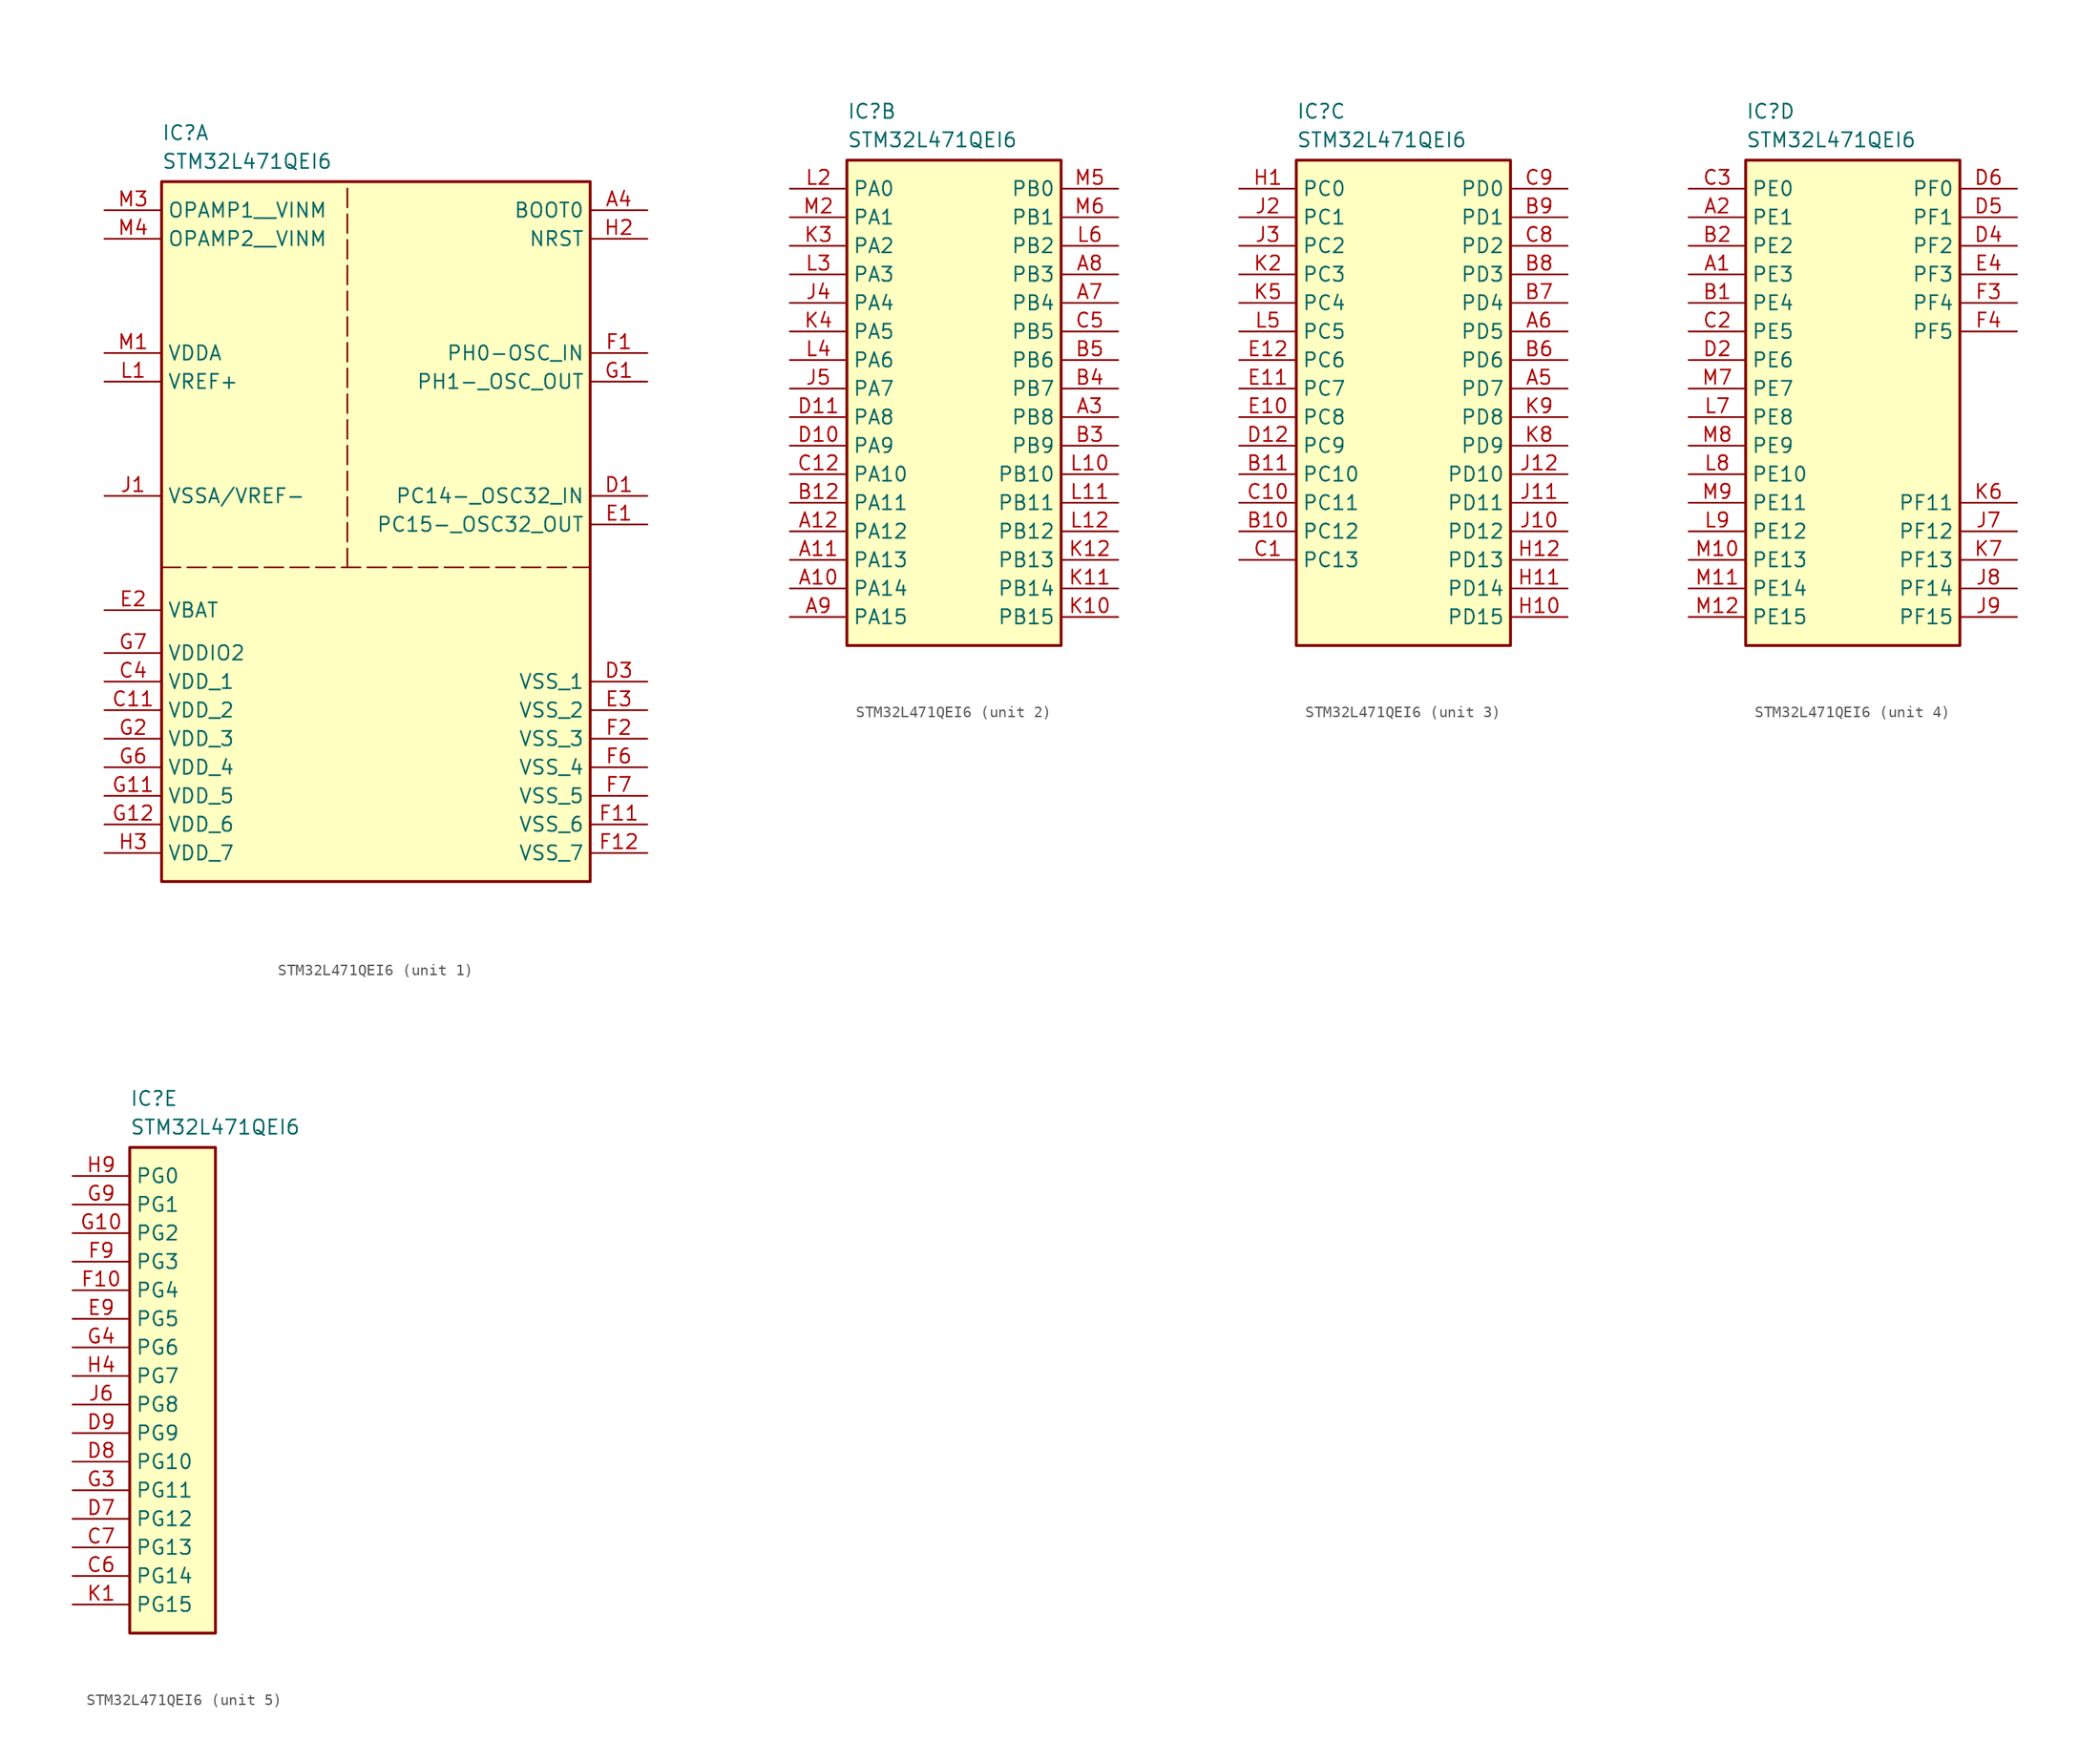
<source format=kicad_sym>
(kicad_symbol_lib
  (version 20241209)
  (generator "kicad_symbol_editor")
  (generator_version "9.0")
  (symbol "STM32L471QEI6"
    (property "Reference" "IC"
      (at 0 5.08 0)
      (effects (font (size 1.27 1.27)) (justify left top)))
    (property "Value" "STM32L471QEI6"
      (at 0 2.54 0)
      (effects (font (size 1.27 1.27)) (justify left top)))
    (property "ki_locked" ""
      (at 0 0 0)
      (effects (font (size 1.27 1.27))))
    (symbol "STM32L471QEI6_1_1"
      (rectangle (start 0 0) (end 38.1 -62.23) (stroke (width 0.254) (type default)) (fill (type background)))
      (polyline (pts (xy 0 -34.29) (xy 38.1 -34.29)) (stroke (width 0) (type dash)) (fill (type none)))
      (polyline (pts (xy 16.51 -34.29) (xy 16.51 0)) (stroke (width 0) (type dash)) (fill (type none)))
      (pin passive line (at -5.08 -2.54 0) (length 5.08) (name "OPAMP1__VINM" (effects (font (size 1.27 1.27)))) (number "M3" (effects (font (size 1.27 1.27)))))
      (pin passive line (at -5.08 -5.08 0) (length 5.08) (name "OPAMP2__VINM" (effects (font (size 1.27 1.27)))) (number "M4" (effects (font (size 1.27 1.27)))))
      (pin passive line (at -5.08 -15.24 0) (length 5.08) (name "VDDA" (effects (font (size 1.27 1.27)))) (number "M1" (effects (font (size 1.27 1.27)))))
      (pin passive line (at -5.08 -17.78 0) (length 5.08) (name "VREF+" (effects (font (size 1.27 1.27)))) (number "L1" (effects (font (size 1.27 1.27)))))
      (pin passive line (at -5.08 -27.94 0) (length 5.08) (name "VSSA/VREF-" (effects (font (size 1.27 1.27)))) (number "J1" (effects (font (size 1.27 1.27)))))
      (pin passive line (at -5.08 -38.1 0) (length 5.08) (name "VBAT" (effects (font (size 1.27 1.27)))) (number "E2" (effects (font (size 1.27 1.27)))))
      (pin passive line (at -5.08 -41.91 0) (length 5.08) (name "VDDIO2" (effects (font (size 1.27 1.27)))) (number "G7" (effects (font (size 1.27 1.27)))))
      (pin passive line (at -5.08 -44.45 0) (length 5.08) (name "VDD_1" (effects (font (size 1.27 1.27)))) (number "C4" (effects (font (size 1.27 1.27)))))
      (pin passive line (at -5.08 -46.99 0) (length 5.08) (name "VDD_2" (effects (font (size 1.27 1.27)))) (number "C11" (effects (font (size 1.27 1.27)))))
      (pin passive line (at -5.08 -49.53 0) (length 5.08) (name "VDD_3" (effects (font (size 1.27 1.27)))) (number "G2" (effects (font (size 1.27 1.27)))))
      (pin passive line (at -5.08 -52.07 0) (length 5.08) (name "VDD_4" (effects (font (size 1.27 1.27)))) (number "G6" (effects (font (size 1.27 1.27)))))
      (pin passive line (at -5.08 -54.61 0) (length 5.08) (name "VDD_5" (effects (font (size 1.27 1.27)))) (number "G11" (effects (font (size 1.27 1.27)))))
      (pin passive line (at -5.08 -57.15 0) (length 5.08) (name "VDD_6" (effects (font (size 1.27 1.27)))) (number "G12" (effects (font (size 1.27 1.27)))))
      (pin passive line (at -5.08 -59.69 0) (length 5.08) (name "VDD_7" (effects (font (size 1.27 1.27)))) (number "H3" (effects (font (size 1.27 1.27)))))
      (pin passive line (at 43.18 -2.54 180) (length 5.08) (name "BOOT0" (effects (font (size 1.27 1.27)))) (number "A4" (effects (font (size 1.27 1.27)))))
      (pin passive line (at 43.18 -5.08 180) (length 5.08) (name "NRST" (effects (font (size 1.27 1.27)))) (number "H2" (effects (font (size 1.27 1.27)))))
      (pin passive line (at 43.18 -15.24 180) (length 5.08) (name "PH0-OSC_IN" (effects (font (size 1.27 1.27)))) (number "F1" (effects (font (size 1.27 1.27)))))
      (pin passive line (at 43.18 -17.78 180) (length 5.08) (name "PH1-_OSC_OUT" (effects (font (size 1.27 1.27)))) (number "G1" (effects (font (size 1.27 1.27)))))
      (pin passive line (at 43.18 -27.94 180) (length 5.08) (name "PC14-_OSC32_IN" (effects (font (size 1.27 1.27)))) (number "D1" (effects (font (size 1.27 1.27)))))
      (pin passive line (at 43.18 -30.48 180) (length 5.08) (name "PC15-_OSC32_OUT" (effects (font (size 1.27 1.27)))) (number "E1" (effects (font (size 1.27 1.27)))))
      (pin passive line (at 43.18 -44.45 180) (length 5.08) (name "VSS_1" (effects (font (size 1.27 1.27)))) (number "D3" (effects (font (size 1.27 1.27)))))
      (pin passive line (at 43.18 -46.99 180) (length 5.08) (name "VSS_2" (effects (font (size 1.27 1.27)))) (number "E3" (effects (font (size 1.27 1.27)))))
      (pin passive line (at 43.18 -49.53 180) (length 5.08) (name "VSS_3" (effects (font (size 1.27 1.27)))) (number "F2" (effects (font (size 1.27 1.27)))))
      (pin passive line (at 43.18 -52.07 180) (length 5.08) (name "VSS_4" (effects (font (size 1.27 1.27)))) (number "F6" (effects (font (size 1.27 1.27)))))
      (pin passive line (at 43.18 -54.61 180) (length 5.08) (name "VSS_5" (effects (font (size 1.27 1.27)))) (number "F7" (effects (font (size 1.27 1.27)))))
      (pin passive line (at 43.18 -57.15 180) (length 5.08) (name "VSS_6" (effects (font (size 1.27 1.27)))) (number "F11" (effects (font (size 1.27 1.27)))))
      (pin passive line (at 43.18 -59.69 180) (length 5.08) (name "VSS_7" (effects (font (size 1.27 1.27)))) (number "F12" (effects (font (size 1.27 1.27))))))
    (symbol "STM32L471QEI6_2_1"
      (rectangle (start 0 0) (end 19.05 -43.18) (stroke (width 0.254) (type default)) (fill (type background)))
      (pin passive line (at -5.08 -2.54 0) (length 5.08) (name "PA0" (effects (font (size 1.27 1.27)))) (number "L2" (effects (font (size 1.27 1.27)))))
      (pin passive line (at -5.08 -5.08 0) (length 5.08) (name "PA1" (effects (font (size 1.27 1.27)))) (number "M2" (effects (font (size 1.27 1.27)))))
      (pin passive line (at -5.08 -7.62 0) (length 5.08) (name "PA2" (effects (font (size 1.27 1.27)))) (number "K3" (effects (font (size 1.27 1.27)))))
      (pin passive line (at -5.08 -10.16 0) (length 5.08) (name "PA3" (effects (font (size 1.27 1.27)))) (number "L3" (effects (font (size 1.27 1.27)))))
      (pin passive line (at -5.08 -12.7 0) (length 5.08) (name "PA4" (effects (font (size 1.27 1.27)))) (number "J4" (effects (font (size 1.27 1.27)))))
      (pin passive line (at -5.08 -15.24 0) (length 5.08) (name "PA5" (effects (font (size 1.27 1.27)))) (number "K4" (effects (font (size 1.27 1.27)))))
      (pin passive line (at -5.08 -17.78 0) (length 5.08) (name "PA6" (effects (font (size 1.27 1.27)))) (number "L4" (effects (font (size 1.27 1.27)))))
      (pin passive line (at -5.08 -20.32 0) (length 5.08) (name "PA7" (effects (font (size 1.27 1.27)))) (number "J5" (effects (font (size 1.27 1.27)))))
      (pin passive line (at -5.08 -22.86 0) (length 5.08) (name "PA8" (effects (font (size 1.27 1.27)))) (number "D11" (effects (font (size 1.27 1.27)))))
      (pin passive line (at -5.08 -25.4 0) (length 5.08) (name "PA9" (effects (font (size 1.27 1.27)))) (number "D10" (effects (font (size 1.27 1.27)))))
      (pin passive line (at -5.08 -27.94 0) (length 5.08) (name "PA10" (effects (font (size 1.27 1.27)))) (number "C12" (effects (font (size 1.27 1.27)))))
      (pin passive line (at -5.08 -30.48 0) (length 5.08) (name "PA11" (effects (font (size 1.27 1.27)))) (number "B12" (effects (font (size 1.27 1.27)))))
      (pin passive line (at -5.08 -33.02 0) (length 5.08) (name "PA12" (effects (font (size 1.27 1.27)))) (number "A12" (effects (font (size 1.27 1.27)))))
      (pin passive line (at -5.08 -35.56 0) (length 5.08) (name "PA13" (effects (font (size 1.27 1.27)))) (number "A11" (effects (font (size 1.27 1.27)))))
      (pin passive line (at -5.08 -38.1 0) (length 5.08) (name "PA14" (effects (font (size 1.27 1.27)))) (number "A10" (effects (font (size 1.27 1.27)))))
      (pin passive line (at -5.08 -40.64 0) (length 5.08) (name "PA15" (effects (font (size 1.27 1.27)))) (number "A9" (effects (font (size 1.27 1.27)))))
      (pin passive line (at 24.13 -2.54 180) (length 5.08) (name "PB0" (effects (font (size 1.27 1.27)))) (number "M5" (effects (font (size 1.27 1.27)))))
      (pin passive line (at 24.13 -5.08 180) (length 5.08) (name "PB1" (effects (font (size 1.27 1.27)))) (number "M6" (effects (font (size 1.27 1.27)))))
      (pin passive line (at 24.13 -7.62 180) (length 5.08) (name "PB2" (effects (font (size 1.27 1.27)))) (number "L6" (effects (font (size 1.27 1.27)))))
      (pin passive line (at 24.13 -10.16 180) (length 5.08) (name "PB3" (effects (font (size 1.27 1.27)))) (number "A8" (effects (font (size 1.27 1.27)))))
      (pin passive line (at 24.13 -12.7 180) (length 5.08) (name "PB4" (effects (font (size 1.27 1.27)))) (number "A7" (effects (font (size 1.27 1.27)))))
      (pin passive line (at 24.13 -15.24 180) (length 5.08) (name "PB5" (effects (font (size 1.27 1.27)))) (number "C5" (effects (font (size 1.27 1.27)))))
      (pin passive line (at 24.13 -17.78 180) (length 5.08) (name "PB6" (effects (font (size 1.27 1.27)))) (number "B5" (effects (font (size 1.27 1.27)))))
      (pin passive line (at 24.13 -20.32 180) (length 5.08) (name "PB7" (effects (font (size 1.27 1.27)))) (number "B4" (effects (font (size 1.27 1.27)))))
      (pin passive line (at 24.13 -22.86 180) (length 5.08) (name "PB8" (effects (font (size 1.27 1.27)))) (number "A3" (effects (font (size 1.27 1.27)))))
      (pin passive line (at 24.13 -25.4 180) (length 5.08) (name "PB9" (effects (font (size 1.27 1.27)))) (number "B3" (effects (font (size 1.27 1.27)))))
      (pin passive line (at 24.13 -27.94 180) (length 5.08) (name "PB10" (effects (font (size 1.27 1.27)))) (number "L10" (effects (font (size 1.27 1.27)))))
      (pin passive line (at 24.13 -30.48 180) (length 5.08) (name "PB11" (effects (font (size 1.27 1.27)))) (number "L11" (effects (font (size 1.27 1.27)))))
      (pin passive line (at 24.13 -33.02 180) (length 5.08) (name "PB12" (effects (font (size 1.27 1.27)))) (number "L12" (effects (font (size 1.27 1.27)))))
      (pin passive line (at 24.13 -35.56 180) (length 5.08) (name "PB13" (effects (font (size 1.27 1.27)))) (number "K12" (effects (font (size 1.27 1.27)))))
      (pin passive line (at 24.13 -38.1 180) (length 5.08) (name "PB14" (effects (font (size 1.27 1.27)))) (number "K11" (effects (font (size 1.27 1.27)))))
      (pin passive line (at 24.13 -40.64 180) (length 5.08) (name "PB15" (effects (font (size 1.27 1.27)))) (number "K10" (effects (font (size 1.27 1.27))))))
    (symbol "STM32L471QEI6_3_1"
      (rectangle (start 0 0) (end 19.05 -43.18) (stroke (width 0.254) (type default)) (fill (type background)))
      (pin passive line (at -5.08 -2.54 0) (length 5.08) (name "PC0" (effects (font (size 1.27 1.27)))) (number "H1" (effects (font (size 1.27 1.27)))))
      (pin passive line (at -5.08 -5.08 0) (length 5.08) (name "PC1" (effects (font (size 1.27 1.27)))) (number "J2" (effects (font (size 1.27 1.27)))))
      (pin passive line (at -5.08 -7.62 0) (length 5.08) (name "PC2" (effects (font (size 1.27 1.27)))) (number "J3" (effects (font (size 1.27 1.27)))))
      (pin passive line (at -5.08 -10.16 0) (length 5.08) (name "PC3" (effects (font (size 1.27 1.27)))) (number "K2" (effects (font (size 1.27 1.27)))))
      (pin passive line (at -5.08 -12.7 0) (length 5.08) (name "PC4" (effects (font (size 1.27 1.27)))) (number "K5" (effects (font (size 1.27 1.27)))))
      (pin passive line (at -5.08 -15.24 0) (length 5.08) (name "PC5" (effects (font (size 1.27 1.27)))) (number "L5" (effects (font (size 1.27 1.27)))))
      (pin passive line (at -5.08 -17.78 0) (length 5.08) (name "PC6" (effects (font (size 1.27 1.27)))) (number "E12" (effects (font (size 1.27 1.27)))))
      (pin passive line (at -5.08 -20.32 0) (length 5.08) (name "PC7" (effects (font (size 1.27 1.27)))) (number "E11" (effects (font (size 1.27 1.27)))))
      (pin passive line (at -5.08 -22.86 0) (length 5.08) (name "PC8" (effects (font (size 1.27 1.27)))) (number "E10" (effects (font (size 1.27 1.27)))))
      (pin passive line (at -5.08 -25.4 0) (length 5.08) (name "PC9" (effects (font (size 1.27 1.27)))) (number "D12" (effects (font (size 1.27 1.27)))))
      (pin passive line (at -5.08 -27.94 0) (length 5.08) (name "PC10" (effects (font (size 1.27 1.27)))) (number "B11" (effects (font (size 1.27 1.27)))))
      (pin passive line (at -5.08 -30.48 0) (length 5.08) (name "PC11" (effects (font (size 1.27 1.27)))) (number "C10" (effects (font (size 1.27 1.27)))))
      (pin passive line (at -5.08 -33.02 0) (length 5.08) (name "PC12" (effects (font (size 1.27 1.27)))) (number "B10" (effects (font (size 1.27 1.27)))))
      (pin passive line (at -5.08 -35.56 0) (length 5.08) (name "PC13" (effects (font (size 1.27 1.27)))) (number "C1" (effects (font (size 1.27 1.27)))))
      (pin passive line (at 24.13 -2.54 180) (length 5.08) (name "PD0" (effects (font (size 1.27 1.27)))) (number "C9" (effects (font (size 1.27 1.27)))))
      (pin passive line (at 24.13 -5.08 180) (length 5.08) (name "PD1" (effects (font (size 1.27 1.27)))) (number "B9" (effects (font (size 1.27 1.27)))))
      (pin passive line (at 24.13 -7.62 180) (length 5.08) (name "PD2" (effects (font (size 1.27 1.27)))) (number "C8" (effects (font (size 1.27 1.27)))))
      (pin passive line (at 24.13 -10.16 180) (length 5.08) (name "PD3" (effects (font (size 1.27 1.27)))) (number "B8" (effects (font (size 1.27 1.27)))))
      (pin passive line (at 24.13 -12.7 180) (length 5.08) (name "PD4" (effects (font (size 1.27 1.27)))) (number "B7" (effects (font (size 1.27 1.27)))))
      (pin passive line (at 24.13 -15.24 180) (length 5.08) (name "PD5" (effects (font (size 1.27 1.27)))) (number "A6" (effects (font (size 1.27 1.27)))))
      (pin passive line (at 24.13 -17.78 180) (length 5.08) (name "PD6" (effects (font (size 1.27 1.27)))) (number "B6" (effects (font (size 1.27 1.27)))))
      (pin passive line (at 24.13 -20.32 180) (length 5.08) (name "PD7" (effects (font (size 1.27 1.27)))) (number "A5" (effects (font (size 1.27 1.27)))))
      (pin passive line (at 24.13 -22.86 180) (length 5.08) (name "PD8" (effects (font (size 1.27 1.27)))) (number "K9" (effects (font (size 1.27 1.27)))))
      (pin passive line (at 24.13 -25.4 180) (length 5.08) (name "PD9" (effects (font (size 1.27 1.27)))) (number "K8" (effects (font (size 1.27 1.27)))))
      (pin passive line (at 24.13 -27.94 180) (length 5.08) (name "PD10" (effects (font (size 1.27 1.27)))) (number "J12" (effects (font (size 1.27 1.27)))))
      (pin passive line (at 24.13 -30.48 180) (length 5.08) (name "PD11" (effects (font (size 1.27 1.27)))) (number "J11" (effects (font (size 1.27 1.27)))))
      (pin passive line (at 24.13 -33.02 180) (length 5.08) (name "PD12" (effects (font (size 1.27 1.27)))) (number "J10" (effects (font (size 1.27 1.27)))))
      (pin passive line (at 24.13 -35.56 180) (length 5.08) (name "PD13" (effects (font (size 1.27 1.27)))) (number "H12" (effects (font (size 1.27 1.27)))))
      (pin passive line (at 24.13 -38.1 180) (length 5.08) (name "PD14" (effects (font (size 1.27 1.27)))) (number "H11" (effects (font (size 1.27 1.27)))))
      (pin passive line (at 24.13 -40.64 180) (length 5.08) (name "PD15" (effects (font (size 1.27 1.27)))) (number "H10" (effects (font (size 1.27 1.27))))))
    (symbol "STM32L471QEI6_4_1"
      (rectangle (start 0 0) (end 19.05 -43.18) (stroke (width 0.254) (type default)) (fill (type background)))
      (pin passive line (at -5.08 -2.54 0) (length 5.08) (name "PE0" (effects (font (size 1.27 1.27)))) (number "C3" (effects (font (size 1.27 1.27)))))
      (pin passive line (at -5.08 -5.08 0) (length 5.08) (name "PE1" (effects (font (size 1.27 1.27)))) (number "A2" (effects (font (size 1.27 1.27)))))
      (pin passive line (at -5.08 -7.62 0) (length 5.08) (name "PE2" (effects (font (size 1.27 1.27)))) (number "B2" (effects (font (size 1.27 1.27)))))
      (pin passive line (at -5.08 -10.16 0) (length 5.08) (name "PE3" (effects (font (size 1.27 1.27)))) (number "A1" (effects (font (size 1.27 1.27)))))
      (pin passive line (at -5.08 -12.7 0) (length 5.08) (name "PE4" (effects (font (size 1.27 1.27)))) (number "B1" (effects (font (size 1.27 1.27)))))
      (pin passive line (at -5.08 -15.24 0) (length 5.08) (name "PE5" (effects (font (size 1.27 1.27)))) (number "C2" (effects (font (size 1.27 1.27)))))
      (pin passive line (at -5.08 -17.78 0) (length 5.08) (name "PE6" (effects (font (size 1.27 1.27)))) (number "D2" (effects (font (size 1.27 1.27)))))
      (pin passive line (at -5.08 -20.32 0) (length 5.08) (name "PE7" (effects (font (size 1.27 1.27)))) (number "M7" (effects (font (size 1.27 1.27)))))
      (pin passive line (at -5.08 -22.86 0) (length 5.08) (name "PE8" (effects (font (size 1.27 1.27)))) (number "L7" (effects (font (size 1.27 1.27)))))
      (pin passive line (at -5.08 -25.4 0) (length 5.08) (name "PE9" (effects (font (size 1.27 1.27)))) (number "M8" (effects (font (size 1.27 1.27)))))
      (pin passive line (at -5.08 -27.94 0) (length 5.08) (name "PE10" (effects (font (size 1.27 1.27)))) (number "L8" (effects (font (size 1.27 1.27)))))
      (pin passive line (at -5.08 -30.48 0) (length 5.08) (name "PE11" (effects (font (size 1.27 1.27)))) (number "M9" (effects (font (size 1.27 1.27)))))
      (pin passive line (at -5.08 -33.02 0) (length 5.08) (name "PE12" (effects (font (size 1.27 1.27)))) (number "L9" (effects (font (size 1.27 1.27)))))
      (pin passive line (at -5.08 -35.56 0) (length 5.08) (name "PE13" (effects (font (size 1.27 1.27)))) (number "M10" (effects (font (size 1.27 1.27)))))
      (pin passive line (at -5.08 -38.1 0) (length 5.08) (name "PE14" (effects (font (size 1.27 1.27)))) (number "M11" (effects (font (size 1.27 1.27)))))
      (pin passive line (at -5.08 -40.64 0) (length 5.08) (name "PE15" (effects (font (size 1.27 1.27)))) (number "M12" (effects (font (size 1.27 1.27)))))
      (pin passive line (at 24.13 -2.54 180) (length 5.08) (name "PF0" (effects (font (size 1.27 1.27)))) (number "D6" (effects (font (size 1.27 1.27)))))
      (pin passive line (at 24.13 -5.08 180) (length 5.08) (name "PF1" (effects (font (size 1.27 1.27)))) (number "D5" (effects (font (size 1.27 1.27)))))
      (pin passive line (at 24.13 -7.62 180) (length 5.08) (name "PF2" (effects (font (size 1.27 1.27)))) (number "D4" (effects (font (size 1.27 1.27)))))
      (pin passive line (at 24.13 -10.16 180) (length 5.08) (name "PF3" (effects (font (size 1.27 1.27)))) (number "E4" (effects (font (size 1.27 1.27)))))
      (pin passive line (at 24.13 -12.7 180) (length 5.08) (name "PF4" (effects (font (size 1.27 1.27)))) (number "F3" (effects (font (size 1.27 1.27)))))
      (pin passive line (at 24.13 -15.24 180) (length 5.08) (name "PF5" (effects (font (size 1.27 1.27)))) (number "F4" (effects (font (size 1.27 1.27)))))
      (pin passive line (at 24.13 -30.48 180) (length 5.08) (name "PF11" (effects (font (size 1.27 1.27)))) (number "K6" (effects (font (size 1.27 1.27)))))
      (pin passive line (at 24.13 -33.02 180) (length 5.08) (name "PF12" (effects (font (size 1.27 1.27)))) (number "J7" (effects (font (size 1.27 1.27)))))
      (pin passive line (at 24.13 -35.56 180) (length 5.08) (name "PF13" (effects (font (size 1.27 1.27)))) (number "K7" (effects (font (size 1.27 1.27)))))
      (pin passive line (at 24.13 -38.1 180) (length 5.08) (name "PF14" (effects (font (size 1.27 1.27)))) (number "J8" (effects (font (size 1.27 1.27)))))
      (pin passive line (at 24.13 -40.64 180) (length 5.08) (name "PF15" (effects (font (size 1.27 1.27)))) (number "J9" (effects (font (size 1.27 1.27))))))
    (symbol "STM32L471QEI6_5_1"
      (rectangle (start 0 0) (end 7.62 -43.18) (stroke (width 0.254) (type default)) (fill (type background)))
      (pin passive line (at -5.08 -2.54 0) (length 5.08) (name "PG0" (effects (font (size 1.27 1.27)))) (number "H9" (effects (font (size 1.27 1.27)))))
      (pin passive line (at -5.08 -5.08 0) (length 5.08) (name "PG1" (effects (font (size 1.27 1.27)))) (number "G9" (effects (font (size 1.27 1.27)))))
      (pin passive line (at -5.08 -7.62 0) (length 5.08) (name "PG2" (effects (font (size 1.27 1.27)))) (number "G10" (effects (font (size 1.27 1.27)))))
      (pin passive line (at -5.08 -10.16 0) (length 5.08) (name "PG3" (effects (font (size 1.27 1.27)))) (number "F9" (effects (font (size 1.27 1.27)))))
      (pin passive line (at -5.08 -12.7 0) (length 5.08) (name "PG4" (effects (font (size 1.27 1.27)))) (number "F10" (effects (font (size 1.27 1.27)))))
      (pin passive line (at -5.08 -15.24 0) (length 5.08) (name "PG5" (effects (font (size 1.27 1.27)))) (number "E9" (effects (font (size 1.27 1.27)))))
      (pin passive line (at -5.08 -17.78 0) (length 5.08) (name "PG6" (effects (font (size 1.27 1.27)))) (number "G4" (effects (font (size 1.27 1.27)))))
      (pin passive line (at -5.08 -20.32 0) (length 5.08) (name "PG7" (effects (font (size 1.27 1.27)))) (number "H4" (effects (font (size 1.27 1.27)))))
      (pin passive line (at -5.08 -22.86 0) (length 5.08) (name "PG8" (effects (font (size 1.27 1.27)))) (number "J6" (effects (font (size 1.27 1.27)))))
      (pin passive line (at -5.08 -25.4 0) (length 5.08) (name "PG9" (effects (font (size 1.27 1.27)))) (number "D9" (effects (font (size 1.27 1.27)))))
      (pin passive line (at -5.08 -27.94 0) (length 5.08) (name "PG10" (effects (font (size 1.27 1.27)))) (number "D8" (effects (font (size 1.27 1.27)))))
      (pin passive line (at -5.08 -30.48 0) (length 5.08) (name "PG11" (effects (font (size 1.27 1.27)))) (number "G3" (effects (font (size 1.27 1.27)))))
      (pin passive line (at -5.08 -33.02 0) (length 5.08) (name "PG12" (effects (font (size 1.27 1.27)))) (number "D7" (effects (font (size 1.27 1.27)))))
      (pin passive line (at -5.08 -35.56 0) (length 5.08) (name "PG13" (effects (font (size 1.27 1.27)))) (number "C7" (effects (font (size 1.27 1.27)))))
      (pin passive line (at -5.08 -38.1 0) (length 5.08) (name "PG14" (effects (font (size 1.27 1.27)))) (number "C6" (effects (font (size 1.27 1.27)))))
      (pin passive line (at -5.08 -40.64 0) (length 5.08) (name "PG15" (effects (font (size 1.27 1.27)))) (number "K1" (effects (font (size 1.27 1.27))))))))
</source>
